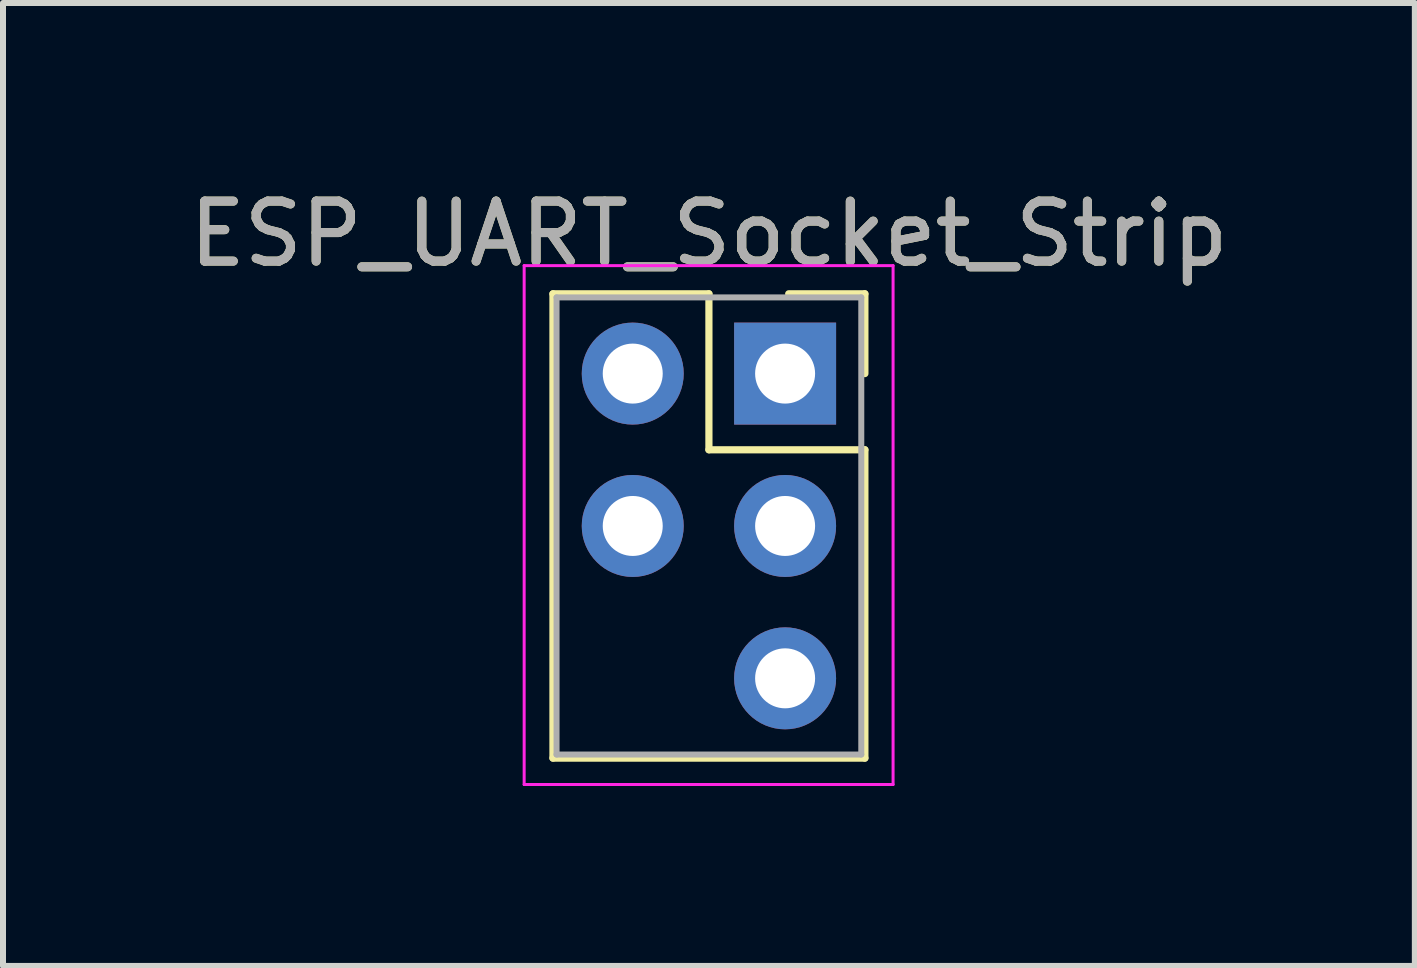
<source format=kicad_pcb>
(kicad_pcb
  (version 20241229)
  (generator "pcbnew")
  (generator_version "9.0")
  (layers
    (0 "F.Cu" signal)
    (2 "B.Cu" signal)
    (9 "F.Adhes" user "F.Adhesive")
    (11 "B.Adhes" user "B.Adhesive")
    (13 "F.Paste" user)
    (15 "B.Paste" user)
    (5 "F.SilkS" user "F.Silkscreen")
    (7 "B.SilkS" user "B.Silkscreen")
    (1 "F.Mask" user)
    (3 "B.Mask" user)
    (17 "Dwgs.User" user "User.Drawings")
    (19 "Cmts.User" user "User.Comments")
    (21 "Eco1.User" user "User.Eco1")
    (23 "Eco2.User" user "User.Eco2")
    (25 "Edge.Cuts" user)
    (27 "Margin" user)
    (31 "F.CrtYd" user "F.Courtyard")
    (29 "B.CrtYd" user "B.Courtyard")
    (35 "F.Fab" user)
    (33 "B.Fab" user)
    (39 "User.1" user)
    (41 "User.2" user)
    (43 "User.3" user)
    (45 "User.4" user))
  (footprint "ESP_UART_Socket_Strip"
    (layer "F.Cu")
    (at 10.038 3.178)
    (property "Reference" "ESP_UART_Socket_Strip" (at -1.27 -2.33 0) (layer "F.SilkS") (effects (font (size 1 1) (thickness 0.15))))
    (attr through_hole)
    (fp_line (start -3.87 -1.33) (end -1.27 -1.33) (stroke (width 0.12) (type solid)) (layer "F.SilkS"))
    (fp_line (start -3.87 6.41) (end -3.87 -1.33) (stroke (width 0.12) (type solid)) (layer "F.SilkS"))
    (fp_line (start -1.27 -1.33) (end -1.27 1.27) (stroke (width 0.12) (type solid)) (layer "F.SilkS"))
    (fp_line (start -1.27 1.27) (end 1.33 1.27) (stroke (width 0.12) (type solid)) (layer "F.SilkS"))
    (fp_line (start 1.33 -1.33) (end 0.06 -1.33) (stroke (width 0.12) (type solid)) (layer "F.SilkS"))
    (fp_line (start 1.33 0) (end 1.33 -1.33) (stroke (width 0.12) (type solid)) (layer "F.SilkS"))
    (fp_line (start 1.33 1.27) (end 1.33 6.41) (stroke (width 0.12) (type solid)) (layer "F.SilkS"))
    (fp_line (start 1.33 6.41) (end -3.87 6.41) (stroke (width 0.12) (type solid)) (layer "F.SilkS"))
    (fp_line (start -4.35 -1.8) (end -4.35 6.85) (stroke (width 0.05) (type solid)) (layer "F.CrtYd"))
    (fp_line (start -4.35 6.85) (end 1.8 6.85) (stroke (width 0.05) (type solid)) (layer "F.CrtYd"))
    (fp_line (start 1.8 -1.8) (end -4.35 -1.8) (stroke (width 0.05) (type solid)) (layer "F.CrtYd"))
    (fp_line (start 1.8 6.85) (end 1.8 -1.8) (stroke (width 0.05) (type solid)) (layer "F.CrtYd"))
    (fp_line (start -3.81 -1.27) (end -3.81 6.35) (stroke (width 0.1) (type solid)) (layer "F.Fab"))
    (fp_line (start -3.81 6.35) (end 1.27 6.35) (stroke (width 0.1) (type solid)) (layer "F.Fab"))
    (fp_line (start 1.27 -1.27) (end -3.81 -1.27) (stroke (width 0.1) (type solid)) (layer "F.Fab"))
    (fp_line (start 1.27 6.35) (end 1.27 -1.27) (stroke (width 0.1) (type solid)) (layer "F.Fab"))
    (fp_text user "${REFERENCE}" (at -1.27 -2.33 0) (layer "F.Fab") (effects (font (size 1 1) (thickness 0.15))))
    (pad "1" thru_hole rect (at 0 0) (size 1.7 1.7) (drill 1) (layers "*.Cu" "*.Mask"))
    (pad "2" thru_hole oval (at -2.54 0) (size 1.7 1.7) (drill 1) (layers "*.Cu" "*.Mask"))
    (pad "3" thru_hole oval (at -2.54 2.54) (size 1.7 1.7) (drill 1) (layers "*.Cu" "*.Mask"))
    (pad "4" thru_hole oval (at 0 2.54) (size 1.7 1.7) (drill 1) (layers "*.Cu" "*.Mask"))
    (pad "5" thru_hole oval (at 0 5.08) (size 1.7 1.7) (drill 1) (layers "*.Cu" "*.Mask")))
  (gr_rect
    (start -3 -3)
    (end 20.536 13.053)
    (stroke (width 0.1) (type default))
    (fill no)
    (layer "Edge.Cuts")))
</source>
